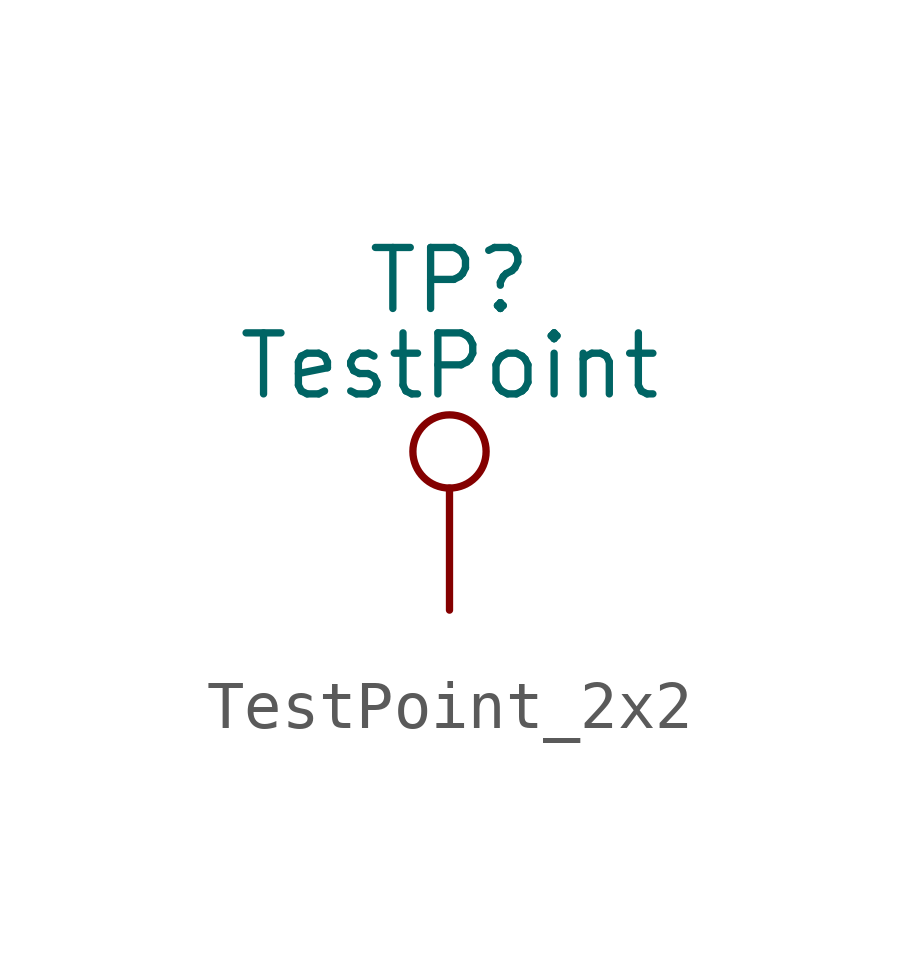
<source format=kicad_sym>
(kicad_symbol_lib
  (version 20231120)
  (generator "kicad_symbol_editor")
  (generator_version "8.0")
  (symbol "TestPoint_2x2"
    (pin_numbers hide)
    (pin_names
      (offset 0.762) hide)
    (property "Reference" "TP"
      (at 0 6.858 0)
      (effects (font (size 1.27 1.27))))
    (property "Value" "TestPoint"
      (at 0 5.08 0)
      (effects (font (size 1.27 1.27))))
    (symbol "TestPoint_2x2_0_1"
      (circle (center 0 3.302) (radius 0.762) (stroke (width 0) (type default)) (fill (type none))))
    (symbol "TestPoint_2x2_1_1"
      (pin passive line (at 0 0 90) (length 2.54) (name "1" (effects (font (size 1.27 1.27)))) (number "1" (effects (font (size 1.27 1.27))))))))
</source>
